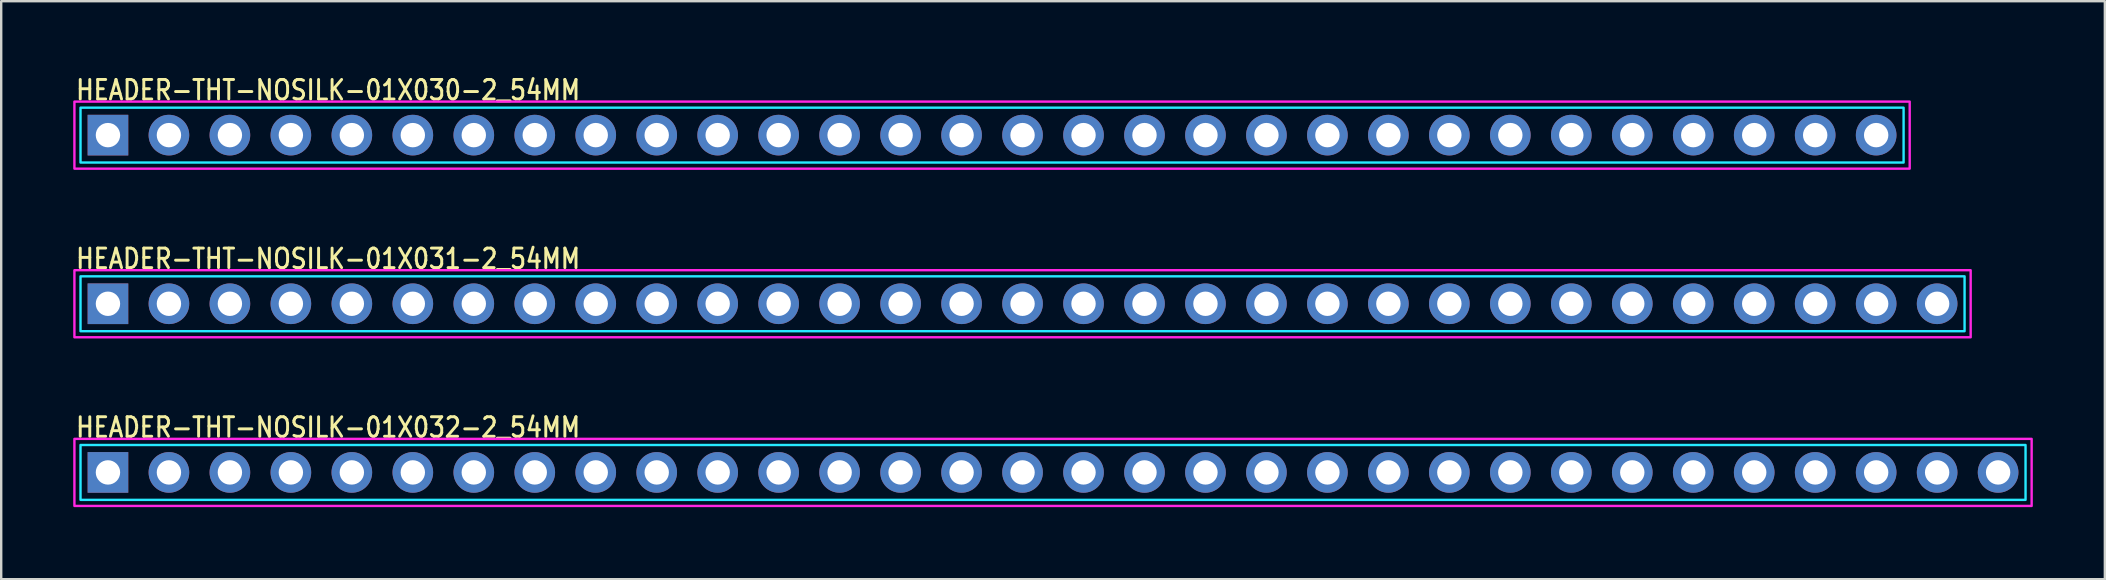
<source format=kicad_pcb>
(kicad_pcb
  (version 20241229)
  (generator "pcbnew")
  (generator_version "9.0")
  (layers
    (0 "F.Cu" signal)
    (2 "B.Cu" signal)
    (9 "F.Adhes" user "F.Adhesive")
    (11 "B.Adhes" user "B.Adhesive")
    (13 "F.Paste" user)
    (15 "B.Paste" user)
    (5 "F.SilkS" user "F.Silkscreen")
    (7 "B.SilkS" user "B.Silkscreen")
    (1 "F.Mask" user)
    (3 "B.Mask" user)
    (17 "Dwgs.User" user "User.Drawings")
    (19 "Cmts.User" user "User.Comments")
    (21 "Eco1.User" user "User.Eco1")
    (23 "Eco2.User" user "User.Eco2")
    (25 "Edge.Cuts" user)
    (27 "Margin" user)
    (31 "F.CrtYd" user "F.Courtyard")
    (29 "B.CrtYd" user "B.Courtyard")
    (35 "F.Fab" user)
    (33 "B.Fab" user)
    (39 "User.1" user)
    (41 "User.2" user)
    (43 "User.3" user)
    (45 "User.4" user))
  (footprint "HEADER-THT-NOSILK-01X030-2_54MM"
    (layer "F.Cu")
    (at 1.447 2.579)
    (property "Reference" "HEADER-THT-NOSILK-01X030-2_54MM" (at -1.4 -1.4 0) (unlocked yes) (layer "F.SilkS") (effects (font (size 0.813 0.695) (thickness 0.122)) (justify left bottom)))
    (fp_poly (pts (xy -1.143 -1.143) (xy 74.803 -1.143) (xy 74.803 1.143) (xy -1.143 1.143)) (stroke (width 0.1) (type solid)) (fill no) (layer "B.CrtYd"))
    (fp_poly (pts (xy -1.397 -1.397) (xy 75.057 -1.397) (xy 75.057 1.397) (xy -1.397 1.397)) (stroke (width 0.1) (type solid)) (fill no) (layer "F.CrtYd"))
    (pad "P$1" thru_hole rect (at 0 0) (size 1.693 1.693) (drill 1.016) (layers "*.Cu" "*.Mask"))
    (pad "P$2" thru_hole oval (at 2.54 0) (size 1.693 1.693) (drill 1.016) (layers "*.Cu" "*.Mask"))
    (pad "P$3" thru_hole oval (at 5.08 0) (size 1.693 1.693) (drill 1.016) (layers "*.Cu" "*.Mask"))
    (pad "P$4" thru_hole oval (at 7.62 0) (size 1.693 1.693) (drill 1.016) (layers "*.Cu" "*.Mask"))
    (pad "P$5" thru_hole oval (at 10.16 0) (size 1.693 1.693) (drill 1.016) (layers "*.Cu" "*.Mask"))
    (pad "P$6" thru_hole oval (at 12.7 0) (size 1.693 1.693) (drill 1.016) (layers "*.Cu" "*.Mask"))
    (pad "P$7" thru_hole oval (at 15.24 0) (size 1.693 1.693) (drill 1.016) (layers "*.Cu" "*.Mask"))
    (pad "P$8" thru_hole oval (at 17.78 0) (size 1.693 1.693) (drill 1.016) (layers "*.Cu" "*.Mask"))
    (pad "P$9" thru_hole oval (at 20.32 0) (size 1.693 1.693) (drill 1.016) (layers "*.Cu" "*.Mask"))
    (pad "P$10" thru_hole oval (at 22.86 0) (size 1.693 1.693) (drill 1.016) (layers "*.Cu" "*.Mask"))
    (pad "P$11" thru_hole oval (at 25.4 0) (size 1.693 1.693) (drill 1.016) (layers "*.Cu" "*.Mask"))
    (pad "P$12" thru_hole oval (at 27.94 0) (size 1.693 1.693) (drill 1.016) (layers "*.Cu" "*.Mask"))
    (pad "P$13" thru_hole oval (at 30.48 0) (size 1.693 1.693) (drill 1.016) (layers "*.Cu" "*.Mask"))
    (pad "P$14" thru_hole oval (at 33.02 0) (size 1.693 1.693) (drill 1.016) (layers "*.Cu" "*.Mask"))
    (pad "P$15" thru_hole oval (at 35.56 0) (size 1.693 1.693) (drill 1.016) (layers "*.Cu" "*.Mask"))
    (pad "P$16" thru_hole oval (at 38.1 0) (size 1.693 1.693) (drill 1.016) (layers "*.Cu" "*.Mask"))
    (pad "P$17" thru_hole oval (at 40.64 0) (size 1.693 1.693) (drill 1.016) (layers "*.Cu" "*.Mask"))
    (pad "P$18" thru_hole oval (at 43.18 0) (size 1.693 1.693) (drill 1.016) (layers "*.Cu" "*.Mask"))
    (pad "P$19" thru_hole oval (at 45.72 0) (size 1.693 1.693) (drill 1.016) (layers "*.Cu" "*.Mask"))
    (pad "P$20" thru_hole oval (at 48.26 0) (size 1.693 1.693) (drill 1.016) (layers "*.Cu" "*.Mask"))
    (pad "P$21" thru_hole oval (at 50.8 0) (size 1.693 1.693) (drill 1.016) (layers "*.Cu" "*.Mask"))
    (pad "P$22" thru_hole oval (at 53.34 0) (size 1.693 1.693) (drill 1.016) (layers "*.Cu" "*.Mask"))
    (pad "P$23" thru_hole oval (at 55.88 0) (size 1.693 1.693) (drill 1.016) (layers "*.Cu" "*.Mask"))
    (pad "P$24" thru_hole oval (at 58.42 0) (size 1.693 1.693) (drill 1.016) (layers "*.Cu" "*.Mask"))
    (pad "P$25" thru_hole oval (at 60.96 0) (size 1.693 1.693) (drill 1.016) (layers "*.Cu" "*.Mask"))
    (pad "P$26" thru_hole oval (at 63.5 0) (size 1.693 1.693) (drill 1.016) (layers "*.Cu" "*.Mask"))
    (pad "P$27" thru_hole oval (at 66.04 0) (size 1.693 1.693) (drill 1.016) (layers "*.Cu" "*.Mask"))
    (pad "P$28" thru_hole oval (at 68.58 0) (size 1.693 1.693) (drill 1.016) (layers "*.Cu" "*.Mask"))
    (pad "P$29" thru_hole oval (at 71.12 0) (size 1.693 1.693) (drill 1.016) (layers "*.Cu" "*.Mask"))
    (pad "P$30" thru_hole oval (at 73.66 0) (size 1.693 1.693) (drill 1.016) (layers "*.Cu" "*.Mask")))
  (footprint "HEADER-THT-NOSILK-01X031-2_54MM"
    (layer "F.Cu")
    (at 1.447 9.604)
    (property "Reference" "HEADER-THT-NOSILK-01X031-2_54MM" (at -1.4 -1.4 0) (unlocked yes) (layer "F.SilkS") (effects (font (size 0.813 0.695) (thickness 0.122)) (justify left bottom)))
    (fp_poly (pts (xy -1.143 -1.143) (xy 77.343 -1.143) (xy 77.343 1.143) (xy -1.143 1.143)) (stroke (width 0.1) (type solid)) (fill no) (layer "B.CrtYd"))
    (fp_poly (pts (xy -1.397 -1.397) (xy 77.597 -1.397) (xy 77.597 1.397) (xy -1.397 1.397)) (stroke (width 0.1) (type solid)) (fill no) (layer "F.CrtYd"))
    (pad "P$1" thru_hole rect (at 0 0) (size 1.693 1.693) (drill 1.016) (layers "*.Cu" "*.Mask"))
    (pad "P$2" thru_hole oval (at 2.54 0) (size 1.693 1.693) (drill 1.016) (layers "*.Cu" "*.Mask"))
    (pad "P$3" thru_hole oval (at 5.08 0) (size 1.693 1.693) (drill 1.016) (layers "*.Cu" "*.Mask"))
    (pad "P$4" thru_hole oval (at 7.62 0) (size 1.693 1.693) (drill 1.016) (layers "*.Cu" "*.Mask"))
    (pad "P$5" thru_hole oval (at 10.16 0) (size 1.693 1.693) (drill 1.016) (layers "*.Cu" "*.Mask"))
    (pad "P$6" thru_hole oval (at 12.7 0) (size 1.693 1.693) (drill 1.016) (layers "*.Cu" "*.Mask"))
    (pad "P$7" thru_hole oval (at 15.24 0) (size 1.693 1.693) (drill 1.016) (layers "*.Cu" "*.Mask"))
    (pad "P$8" thru_hole oval (at 17.78 0) (size 1.693 1.693) (drill 1.016) (layers "*.Cu" "*.Mask"))
    (pad "P$9" thru_hole oval (at 20.32 0) (size 1.693 1.693) (drill 1.016) (layers "*.Cu" "*.Mask"))
    (pad "P$10" thru_hole oval (at 22.86 0) (size 1.693 1.693) (drill 1.016) (layers "*.Cu" "*.Mask"))
    (pad "P$11" thru_hole oval (at 25.4 0) (size 1.693 1.693) (drill 1.016) (layers "*.Cu" "*.Mask"))
    (pad "P$12" thru_hole oval (at 27.94 0) (size 1.693 1.693) (drill 1.016) (layers "*.Cu" "*.Mask"))
    (pad "P$13" thru_hole oval (at 30.48 0) (size 1.693 1.693) (drill 1.016) (layers "*.Cu" "*.Mask"))
    (pad "P$14" thru_hole oval (at 33.02 0) (size 1.693 1.693) (drill 1.016) (layers "*.Cu" "*.Mask"))
    (pad "P$15" thru_hole oval (at 35.56 0) (size 1.693 1.693) (drill 1.016) (layers "*.Cu" "*.Mask"))
    (pad "P$16" thru_hole oval (at 38.1 0) (size 1.693 1.693) (drill 1.016) (layers "*.Cu" "*.Mask"))
    (pad "P$17" thru_hole oval (at 40.64 0) (size 1.693 1.693) (drill 1.016) (layers "*.Cu" "*.Mask"))
    (pad "P$18" thru_hole oval (at 43.18 0) (size 1.693 1.693) (drill 1.016) (layers "*.Cu" "*.Mask"))
    (pad "P$19" thru_hole oval (at 45.72 0) (size 1.693 1.693) (drill 1.016) (layers "*.Cu" "*.Mask"))
    (pad "P$20" thru_hole oval (at 48.26 0) (size 1.693 1.693) (drill 1.016) (layers "*.Cu" "*.Mask"))
    (pad "P$21" thru_hole oval (at 50.8 0) (size 1.693 1.693) (drill 1.016) (layers "*.Cu" "*.Mask"))
    (pad "P$22" thru_hole oval (at 53.34 0) (size 1.693 1.693) (drill 1.016) (layers "*.Cu" "*.Mask"))
    (pad "P$23" thru_hole oval (at 55.88 0) (size 1.693 1.693) (drill 1.016) (layers "*.Cu" "*.Mask"))
    (pad "P$24" thru_hole oval (at 58.42 0) (size 1.693 1.693) (drill 1.016) (layers "*.Cu" "*.Mask"))
    (pad "P$25" thru_hole oval (at 60.96 0) (size 1.693 1.693) (drill 1.016) (layers "*.Cu" "*.Mask"))
    (pad "P$26" thru_hole oval (at 63.5 0) (size 1.693 1.693) (drill 1.016) (layers "*.Cu" "*.Mask"))
    (pad "P$27" thru_hole oval (at 66.04 0) (size 1.693 1.693) (drill 1.016) (layers "*.Cu" "*.Mask"))
    (pad "P$28" thru_hole oval (at 68.58 0) (size 1.693 1.693) (drill 1.016) (layers "*.Cu" "*.Mask"))
    (pad "P$29" thru_hole oval (at 71.12 0) (size 1.693 1.693) (drill 1.016) (layers "*.Cu" "*.Mask"))
    (pad "P$30" thru_hole oval (at 73.66 0) (size 1.693 1.693) (drill 1.016) (layers "*.Cu" "*.Mask"))
    (pad "P$31" thru_hole oval (at 76.2 0) (size 1.693 1.693) (drill 1.016) (layers "*.Cu" "*.Mask")))
  (footprint "HEADER-THT-NOSILK-01X032-2_54MM"
    (layer "F.Cu")
    (at 1.447 16.63)
    (property "Reference" "HEADER-THT-NOSILK-01X032-2_54MM" (at -1.4 -1.4 0) (unlocked yes) (layer "F.SilkS") (effects (font (size 0.813 0.695) (thickness 0.122)) (justify left bottom)))
    (fp_poly (pts (xy -1.143 -1.143) (xy 79.883 -1.143) (xy 79.883 1.143) (xy -1.143 1.143)) (stroke (width 0.1) (type solid)) (fill no) (layer "B.CrtYd"))
    (fp_poly (pts (xy -1.397 -1.397) (xy 80.137 -1.397) (xy 80.137 1.397) (xy -1.397 1.397)) (stroke (width 0.1) (type solid)) (fill no) (layer "F.CrtYd"))
    (pad "P$1" thru_hole rect (at 0 0) (size 1.693 1.693) (drill 1.016) (layers "*.Cu" "*.Mask"))
    (pad "P$2" thru_hole oval (at 2.54 0) (size 1.693 1.693) (drill 1.016) (layers "*.Cu" "*.Mask"))
    (pad "P$3" thru_hole oval (at 5.08 0) (size 1.693 1.693) (drill 1.016) (layers "*.Cu" "*.Mask"))
    (pad "P$4" thru_hole oval (at 7.62 0) (size 1.693 1.693) (drill 1.016) (layers "*.Cu" "*.Mask"))
    (pad "P$5" thru_hole oval (at 10.16 0) (size 1.693 1.693) (drill 1.016) (layers "*.Cu" "*.Mask"))
    (pad "P$6" thru_hole oval (at 12.7 0) (size 1.693 1.693) (drill 1.016) (layers "*.Cu" "*.Mask"))
    (pad "P$7" thru_hole oval (at 15.24 0) (size 1.693 1.693) (drill 1.016) (layers "*.Cu" "*.Mask"))
    (pad "P$8" thru_hole oval (at 17.78 0) (size 1.693 1.693) (drill 1.016) (layers "*.Cu" "*.Mask"))
    (pad "P$9" thru_hole oval (at 20.32 0) (size 1.693 1.693) (drill 1.016) (layers "*.Cu" "*.Mask"))
    (pad "P$10" thru_hole oval (at 22.86 0) (size 1.693 1.693) (drill 1.016) (layers "*.Cu" "*.Mask"))
    (pad "P$11" thru_hole oval (at 25.4 0) (size 1.693 1.693) (drill 1.016) (layers "*.Cu" "*.Mask"))
    (pad "P$12" thru_hole oval (at 27.94 0) (size 1.693 1.693) (drill 1.016) (layers "*.Cu" "*.Mask"))
    (pad "P$13" thru_hole oval (at 30.48 0) (size 1.693 1.693) (drill 1.016) (layers "*.Cu" "*.Mask"))
    (pad "P$14" thru_hole oval (at 33.02 0) (size 1.693 1.693) (drill 1.016) (layers "*.Cu" "*.Mask"))
    (pad "P$15" thru_hole oval (at 35.56 0) (size 1.693 1.693) (drill 1.016) (layers "*.Cu" "*.Mask"))
    (pad "P$16" thru_hole oval (at 38.1 0) (size 1.693 1.693) (drill 1.016) (layers "*.Cu" "*.Mask"))
    (pad "P$17" thru_hole oval (at 40.64 0) (size 1.693 1.693) (drill 1.016) (layers "*.Cu" "*.Mask"))
    (pad "P$18" thru_hole oval (at 43.18 0) (size 1.693 1.693) (drill 1.016) (layers "*.Cu" "*.Mask"))
    (pad "P$19" thru_hole oval (at 45.72 0) (size 1.693 1.693) (drill 1.016) (layers "*.Cu" "*.Mask"))
    (pad "P$20" thru_hole oval (at 48.26 0) (size 1.693 1.693) (drill 1.016) (layers "*.Cu" "*.Mask"))
    (pad "P$21" thru_hole oval (at 50.8 0) (size 1.693 1.693) (drill 1.016) (layers "*.Cu" "*.Mask"))
    (pad "P$22" thru_hole oval (at 53.34 0) (size 1.693 1.693) (drill 1.016) (layers "*.Cu" "*.Mask"))
    (pad "P$23" thru_hole oval (at 55.88 0) (size 1.693 1.693) (drill 1.016) (layers "*.Cu" "*.Mask"))
    (pad "P$24" thru_hole oval (at 58.42 0) (size 1.693 1.693) (drill 1.016) (layers "*.Cu" "*.Mask"))
    (pad "P$25" thru_hole oval (at 60.96 0) (size 1.693 1.693) (drill 1.016) (layers "*.Cu" "*.Mask"))
    (pad "P$26" thru_hole oval (at 63.5 0) (size 1.693 1.693) (drill 1.016) (layers "*.Cu" "*.Mask"))
    (pad "P$27" thru_hole oval (at 66.04 0) (size 1.693 1.693) (drill 1.016) (layers "*.Cu" "*.Mask"))
    (pad "P$28" thru_hole oval (at 68.58 0) (size 1.693 1.693) (drill 1.016) (layers "*.Cu" "*.Mask"))
    (pad "P$29" thru_hole oval (at 71.12 0) (size 1.693 1.693) (drill 1.016) (layers "*.Cu" "*.Mask"))
    (pad "P$30" thru_hole oval (at 73.66 0) (size 1.693 1.693) (drill 1.016) (layers "*.Cu" "*.Mask"))
    (pad "P$31" thru_hole oval (at 76.2 0) (size 1.693 1.693) (drill 1.016) (layers "*.Cu" "*.Mask"))
    (pad "P$32" thru_hole oval (at 78.74 0) (size 1.693 1.693) (drill 1.016) (layers "*.Cu" "*.Mask")))
  (gr_rect
    (start -3 -3)
    (end 84.634 21.077)
    (stroke (width 0.1) (type default))
    (fill no)
    (layer "Edge.Cuts")))
</source>
